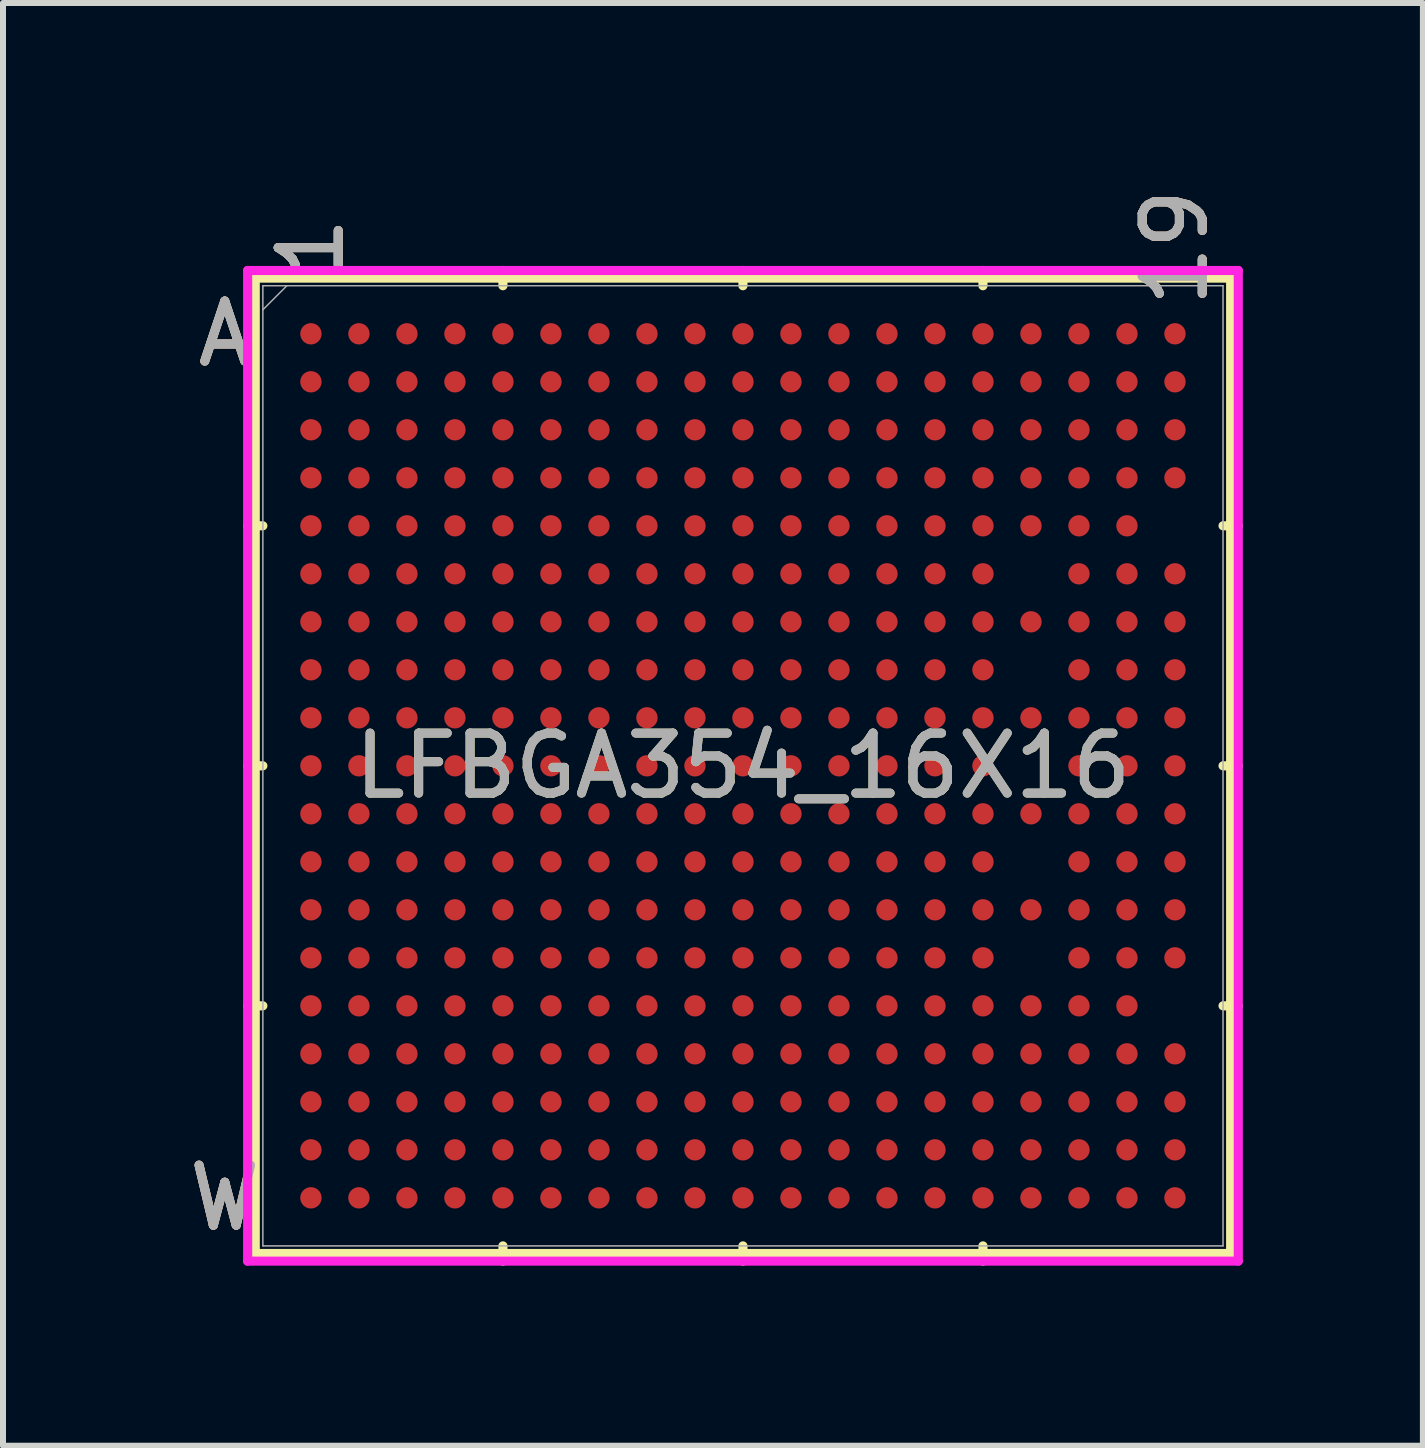
<source format=kicad_pcb>
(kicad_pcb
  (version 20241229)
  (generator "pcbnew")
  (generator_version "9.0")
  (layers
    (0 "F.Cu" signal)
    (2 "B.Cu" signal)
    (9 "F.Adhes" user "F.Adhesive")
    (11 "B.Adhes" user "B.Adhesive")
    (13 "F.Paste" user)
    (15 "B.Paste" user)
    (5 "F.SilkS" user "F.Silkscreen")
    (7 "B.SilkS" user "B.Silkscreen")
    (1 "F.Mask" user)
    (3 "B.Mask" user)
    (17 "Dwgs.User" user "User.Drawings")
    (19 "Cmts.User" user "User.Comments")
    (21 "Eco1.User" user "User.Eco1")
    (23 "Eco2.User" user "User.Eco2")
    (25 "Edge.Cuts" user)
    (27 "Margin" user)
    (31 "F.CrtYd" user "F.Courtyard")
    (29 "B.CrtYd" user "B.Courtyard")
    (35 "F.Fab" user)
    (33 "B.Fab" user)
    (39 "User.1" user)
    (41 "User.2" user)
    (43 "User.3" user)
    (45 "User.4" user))
  (footprint "LFBGA354_16X16"
    (layer "F.Cu")
    (at 9.332 9.713)
    (property "Reference" "LFBGA354_16X16" (at 0 0 0) (unlocked yes) (layer "F.SilkS") (effects (font (size 1 1) (thickness 0.15))))
    (attr smd)
    (fp_line (start -8.128 -8.128) (end -8.128 8.128) (stroke (width 0.152) (type solid)) (layer "F.SilkS"))
    (fp_line (start -8.128 8.128) (end 8.128 8.128) (stroke (width 0.152) (type solid)) (layer "F.SilkS"))
    (fp_line (start -8.001 -4) (end -8.255 -4) (stroke (width 0.152) (type solid)) (layer "F.SilkS"))
    (fp_line (start -8.001 0) (end -8.255 0) (stroke (width 0.152) (type solid)) (layer "F.SilkS"))
    (fp_line (start -8.001 4) (end -8.255 4) (stroke (width 0.152) (type solid)) (layer "F.SilkS"))
    (fp_line (start -4 -8.001) (end -4 -8.255) (stroke (width 0.152) (type solid)) (layer "F.SilkS"))
    (fp_line (start -4 8.001) (end -4 8.255) (stroke (width 0.152) (type solid)) (layer "F.SilkS"))
    (fp_line (start 0 -8.001) (end 0 -8.255) (stroke (width 0.152) (type solid)) (layer "F.SilkS"))
    (fp_line (start 0 8.001) (end 0 8.255) (stroke (width 0.152) (type solid)) (layer "F.SilkS"))
    (fp_line (start 4 -8.001) (end 4 -8.255) (stroke (width 0.152) (type solid)) (layer "F.SilkS"))
    (fp_line (start 4 8.001) (end 4 8.255) (stroke (width 0.152) (type solid)) (layer "F.SilkS"))
    (fp_line (start 8.001 -4) (end 8.255 -4) (stroke (width 0.152) (type solid)) (layer "F.SilkS"))
    (fp_line (start 8.001 0) (end 8.255 0) (stroke (width 0.152) (type solid)) (layer "F.SilkS"))
    (fp_line (start 8.001 4) (end 8.255 4) (stroke (width 0.152) (type solid)) (layer "F.SilkS"))
    (fp_line (start 8.128 -8.128) (end -8.128 -8.128) (stroke (width 0.152) (type solid)) (layer "F.SilkS"))
    (fp_line (start 8.128 8.128) (end 8.128 -8.128) (stroke (width 0.152) (type solid)) (layer "F.SilkS"))
    (fp_poly (pts (xy -8.044 -8.044) (xy 8.044 -8.044) (xy 8.044 8.044) (xy -8.044 8.044)) (stroke (width 0.1) (type solid)) (fill no) (layer "Eco2.User"))
    (fp_line (start -8.255 -8.255) (end 8.255 -8.255) (stroke (width 0.152) (type solid)) (layer "F.CrtYd"))
    (fp_line (start -8.255 8.255) (end -8.255 -8.255) (stroke (width 0.152) (type solid)) (layer "F.CrtYd"))
    (fp_line (start 8.255 -8.255) (end 8.255 8.255) (stroke (width 0.152) (type solid)) (layer "F.CrtYd"))
    (fp_line (start 8.255 8.255) (end -8.255 8.255) (stroke (width 0.152) (type solid)) (layer "F.CrtYd"))
    (fp_line (start -8.001 -8.001) (end -8.001 8.001) (stroke (width 0.025) (type solid)) (layer "F.Fab"))
    (fp_line (start -8.001 8.001) (end 8.001 8.001) (stroke (width 0.025) (type solid)) (layer "F.Fab"))
    (fp_line (start -7.601 -8.001) (end -8.001 -7.601) (stroke (width 0.025) (type solid)) (layer "F.Fab"))
    (fp_line (start 8.001 -8.001) (end -8.001 -8.001) (stroke (width 0.025) (type solid)) (layer "F.Fab"))
    (fp_line (start 8.001 8.001) (end 8.001 -8.001) (stroke (width 0.025) (type solid)) (layer "F.Fab"))
    (fp_text user "A" (at -8.636 -7.2 0) (unlocked yes) (layer "F.SilkS") (effects (font (size 1 1) (thickness 0.15))))
    (fp_text user "19" (at 7.2 -8.636 90) (unlocked yes) (layer "F.SilkS") (effects (font (size 1 1) (thickness 0.15))))
    (fp_text user "1" (at -7.2 -8.636 90) (unlocked yes) (layer "F.SilkS") (effects (font (size 1 1) (thickness 0.15))))
    (fp_text user "W" (at -8.636 7.2 0) (unlocked yes) (layer "F.SilkS") (effects (font (size 1 1) (thickness 0.15))))
    (fp_text user "A" (at -8.636 -7.2 0) (unlocked yes) (layer "B.SilkS") (effects (font (size 1 1) (thickness 0.15))))
    (fp_text user "19" (at 7.2 -8.636 90) (unlocked yes) (layer "B.SilkS") (effects (font (size 1 1) (thickness 0.15))))
    (fp_text user "1" (at -7.2 -8.636 90) (unlocked yes) (layer "B.SilkS") (effects (font (size 1 1) (thickness 0.15))))
    (fp_text user "W" (at -8.636 7.2 0) (unlocked yes) (layer "B.SilkS") (effects (font (size 1 1) (thickness 0.15))))
    (fp_text user "${REFERENCE}" (at 0 0 0) (unlocked yes) (layer "F.Fab") (effects (font (size 1 1) (thickness 0.15))))
    (fp_text user "1" (at -7.2 -8.636 90) (unlocked yes) (layer "F.Fab") (effects (font (size 1 1) (thickness 0.15))))
    (fp_text user "A" (at -8.636 -7.2 0) (unlocked yes) (layer "F.Fab") (effects (font (size 1 1) (thickness 0.15))))
    (fp_text user "19" (at 7.2 -8.636 90) (unlocked yes) (layer "F.Fab") (effects (font (size 1 1) (thickness 0.15))))
    (fp_text user "W" (at -8.636 7.2 0) (unlocked yes) (layer "F.Fab") (effects (font (size 1 1) (thickness 0.15))))
    (pad "A1" smd circle (at -7.2 -7.2) (size 0.356 0.356) (layers "F.Cu" "F.Mask" "F.Paste"))
    (pad "A2" smd circle (at -6.4 -7.2) (size 0.356 0.356) (layers "F.Cu" "F.Mask" "F.Paste"))
    (pad "A3" smd circle (at -5.6 -7.2) (size 0.356 0.356) (layers "F.Cu" "F.Mask" "F.Paste"))
    (pad "A4" smd circle (at -4.8 -7.2) (size 0.356 0.356) (layers "F.Cu" "F.Mask" "F.Paste"))
    (pad "A5" smd circle (at -4 -7.2) (size 0.356 0.356) (layers "F.Cu" "F.Mask" "F.Paste"))
    (pad "A6" smd circle (at -3.2 -7.2) (size 0.356 0.356) (layers "F.Cu" "F.Mask" "F.Paste"))
    (pad "A7" smd circle (at -2.4 -7.2) (size 0.356 0.356) (layers "F.Cu" "F.Mask" "F.Paste"))
    (pad "A8" smd circle (at -1.6 -7.2) (size 0.356 0.356) (layers "F.Cu" "F.Mask" "F.Paste"))
    (pad "A9" smd circle (at -0.8 -7.2) (size 0.356 0.356) (layers "F.Cu" "F.Mask" "F.Paste"))
    (pad "A10" smd circle (at 0 -7.2) (size 0.356 0.356) (layers "F.Cu" "F.Mask" "F.Paste"))
    (pad "A11" smd circle (at 0.8 -7.2) (size 0.356 0.356) (layers "F.Cu" "F.Mask" "F.Paste"))
    (pad "A12" smd circle (at 1.6 -7.2) (size 0.356 0.356) (layers "F.Cu" "F.Mask" "F.Paste"))
    (pad "A13" smd circle (at 2.4 -7.2) (size 0.356 0.356) (layers "F.Cu" "F.Mask" "F.Paste"))
    (pad "A14" smd circle (at 3.2 -7.2) (size 0.356 0.356) (layers "F.Cu" "F.Mask" "F.Paste"))
    (pad "A15" smd circle (at 4 -7.2) (size 0.356 0.356) (layers "F.Cu" "F.Mask" "F.Paste"))
    (pad "A16" smd circle (at 4.8 -7.2) (size 0.356 0.356) (layers "F.Cu" "F.Mask" "F.Paste"))
    (pad "A17" smd circle (at 5.6 -7.2) (size 0.356 0.356) (layers "F.Cu" "F.Mask" "F.Paste"))
    (pad "A18" smd circle (at 6.4 -7.2) (size 0.356 0.356) (layers "F.Cu" "F.Mask" "F.Paste"))
    (pad "A19" smd circle (at 7.2 -7.2) (size 0.356 0.356) (layers "F.Cu" "F.Mask" "F.Paste"))
    (pad "B1" smd circle (at -7.2 -6.4) (size 0.356 0.356) (layers "F.Cu" "F.Mask" "F.Paste"))
    (pad "B2" smd circle (at -6.4 -6.4) (size 0.356 0.356) (layers "F.Cu" "F.Mask" "F.Paste"))
    (pad "B3" smd circle (at -5.6 -6.4) (size 0.356 0.356) (layers "F.Cu" "F.Mask" "F.Paste"))
    (pad "B4" smd circle (at -4.8 -6.4) (size 0.356 0.356) (layers "F.Cu" "F.Mask" "F.Paste"))
    (pad "B5" smd circle (at -4 -6.4) (size 0.356 0.356) (layers "F.Cu" "F.Mask" "F.Paste"))
    (pad "B6" smd circle (at -3.2 -6.4) (size 0.356 0.356) (layers "F.Cu" "F.Mask" "F.Paste"))
    (pad "B7" smd circle (at -2.4 -6.4) (size 0.356 0.356) (layers "F.Cu" "F.Mask" "F.Paste"))
    (pad "B8" smd circle (at -1.6 -6.4) (size 0.356 0.356) (layers "F.Cu" "F.Mask" "F.Paste"))
    (pad "B9" smd circle (at -0.8 -6.4) (size 0.356 0.356) (layers "F.Cu" "F.Mask" "F.Paste"))
    (pad "B10" smd circle (at 0 -6.4) (size 0.356 0.356) (layers "F.Cu" "F.Mask" "F.Paste"))
    (pad "B11" smd circle (at 0.8 -6.4) (size 0.356 0.356) (layers "F.Cu" "F.Mask" "F.Paste"))
    (pad "B12" smd circle (at 1.6 -6.4) (size 0.356 0.356) (layers "F.Cu" "F.Mask" "F.Paste"))
    (pad "B13" smd circle (at 2.4 -6.4) (size 0.356 0.356) (layers "F.Cu" "F.Mask" "F.Paste"))
    (pad "B14" smd circle (at 3.2 -6.4) (size 0.356 0.356) (layers "F.Cu" "F.Mask" "F.Paste"))
    (pad "B15" smd circle (at 4 -6.4) (size 0.356 0.356) (layers "F.Cu" "F.Mask" "F.Paste"))
    (pad "B16" smd circle (at 4.8 -6.4) (size 0.356 0.356) (layers "F.Cu" "F.Mask" "F.Paste"))
    (pad "B17" smd circle (at 5.6 -6.4) (size 0.356 0.356) (layers "F.Cu" "F.Mask" "F.Paste"))
    (pad "B18" smd circle (at 6.4 -6.4) (size 0.356 0.356) (layers "F.Cu" "F.Mask" "F.Paste"))
    (pad "B19" smd circle (at 7.2 -6.4) (size 0.356 0.356) (layers "F.Cu" "F.Mask" "F.Paste"))
    (pad "C1" smd circle (at -7.2 -5.6) (size 0.356 0.356) (layers "F.Cu" "F.Mask" "F.Paste"))
    (pad "C2" smd circle (at -6.4 -5.6) (size 0.356 0.356) (layers "F.Cu" "F.Mask" "F.Paste"))
    (pad "C3" smd circle (at -5.6 -5.6) (size 0.356 0.356) (layers "F.Cu" "F.Mask" "F.Paste"))
    (pad "C4" smd circle (at -4.8 -5.6) (size 0.356 0.356) (layers "F.Cu" "F.Mask" "F.Paste"))
    (pad "C5" smd circle (at -4 -5.6) (size 0.356 0.356) (layers "F.Cu" "F.Mask" "F.Paste"))
    (pad "C6" smd circle (at -3.2 -5.6) (size 0.356 0.356) (layers "F.Cu" "F.Mask" "F.Paste"))
    (pad "C7" smd circle (at -2.4 -5.6) (size 0.356 0.356) (layers "F.Cu" "F.Mask" "F.Paste"))
    (pad "C8" smd circle (at -1.6 -5.6) (size 0.356 0.356) (layers "F.Cu" "F.Mask" "F.Paste"))
    (pad "C9" smd circle (at -0.8 -5.6) (size 0.356 0.356) (layers "F.Cu" "F.Mask" "F.Paste"))
    (pad "C10" smd circle (at 0 -5.6) (size 0.356 0.356) (layers "F.Cu" "F.Mask" "F.Paste"))
    (pad "C11" smd circle (at 0.8 -5.6) (size 0.356 0.356) (layers "F.Cu" "F.Mask" "F.Paste"))
    (pad "C12" smd circle (at 1.6 -5.6) (size 0.356 0.356) (layers "F.Cu" "F.Mask" "F.Paste"))
    (pad "C13" smd circle (at 2.4 -5.6) (size 0.356 0.356) (layers "F.Cu" "F.Mask" "F.Paste"))
    (pad "C14" smd circle (at 3.2 -5.6) (size 0.356 0.356) (layers "F.Cu" "F.Mask" "F.Paste"))
    (pad "C15" smd circle (at 4 -5.6) (size 0.356 0.356) (layers "F.Cu" "F.Mask" "F.Paste"))
    (pad "C16" smd circle (at 4.8 -5.6) (size 0.356 0.356) (layers "F.Cu" "F.Mask" "F.Paste"))
    (pad "C17" smd circle (at 5.6 -5.6) (size 0.356 0.356) (layers "F.Cu" "F.Mask" "F.Paste"))
    (pad "C18" smd circle (at 6.4 -5.6) (size 0.356 0.356) (layers "F.Cu" "F.Mask" "F.Paste"))
    (pad "C19" smd circle (at 7.2 -5.6) (size 0.356 0.356) (layers "F.Cu" "F.Mask" "F.Paste"))
    (pad "D1" smd circle (at -7.2 -4.8) (size 0.356 0.356) (layers "F.Cu" "F.Mask" "F.Paste"))
    (pad "D2" smd circle (at -6.4 -4.8) (size 0.356 0.356) (layers "F.Cu" "F.Mask" "F.Paste"))
    (pad "D3" smd circle (at -5.6 -4.8) (size 0.356 0.356) (layers "F.Cu" "F.Mask" "F.Paste"))
    (pad "D4" smd circle (at -4.8 -4.8) (size 0.356 0.356) (layers "F.Cu" "F.Mask" "F.Paste"))
    (pad "D5" smd circle (at -4 -4.8) (size 0.356 0.356) (layers "F.Cu" "F.Mask" "F.Paste"))
    (pad "D6" smd circle (at -3.2 -4.8) (size 0.356 0.356) (layers "F.Cu" "F.Mask" "F.Paste"))
    (pad "D7" smd circle (at -2.4 -4.8) (size 0.356 0.356) (layers "F.Cu" "F.Mask" "F.Paste"))
    (pad "D8" smd circle (at -1.6 -4.8) (size 0.356 0.356) (layers "F.Cu" "F.Mask" "F.Paste"))
    (pad "D9" smd circle (at -0.8 -4.8) (size 0.356 0.356) (layers "F.Cu" "F.Mask" "F.Paste"))
    (pad "D10" smd circle (at 0 -4.8) (size 0.356 0.356) (layers "F.Cu" "F.Mask" "F.Paste"))
    (pad "D11" smd circle (at 0.8 -4.8) (size 0.356 0.356) (layers "F.Cu" "F.Mask" "F.Paste"))
    (pad "D12" smd circle (at 1.6 -4.8) (size 0.356 0.356) (layers "F.Cu" "F.Mask" "F.Paste"))
    (pad "D13" smd circle (at 2.4 -4.8) (size 0.356 0.356) (layers "F.Cu" "F.Mask" "F.Paste"))
    (pad "D14" smd circle (at 3.2 -4.8) (size 0.356 0.356) (layers "F.Cu" "F.Mask" "F.Paste"))
    (pad "D15" smd circle (at 4 -4.8) (size 0.356 0.356) (layers "F.Cu" "F.Mask" "F.Paste"))
    (pad "D16" smd circle (at 4.8 -4.8) (size 0.356 0.356) (layers "F.Cu" "F.Mask" "F.Paste"))
    (pad "D17" smd circle (at 5.6 -4.8) (size 0.356 0.356) (layers "F.Cu" "F.Mask" "F.Paste"))
    (pad "D18" smd circle (at 6.4 -4.8) (size 0.356 0.356) (layers "F.Cu" "F.Mask" "F.Paste"))
    (pad "D19" smd circle (at 7.2 -4.8) (size 0.356 0.356) (layers "F.Cu" "F.Mask" "F.Paste"))
    (pad "E1" smd circle (at -7.2 -4) (size 0.356 0.356) (layers "F.Cu" "F.Mask" "F.Paste"))
    (pad "E2" smd circle (at -6.4 -4) (size 0.356 0.356) (layers "F.Cu" "F.Mask" "F.Paste"))
    (pad "E3" smd circle (at -5.6 -4) (size 0.356 0.356) (layers "F.Cu" "F.Mask" "F.Paste"))
    (pad "E4" smd circle (at -4.8 -4) (size 0.356 0.356) (layers "F.Cu" "F.Mask" "F.Paste"))
    (pad "E5" smd circle (at -4 -4) (size 0.356 0.356) (layers "F.Cu" "F.Mask" "F.Paste"))
    (pad "E6" smd circle (at -3.2 -4) (size 0.356 0.356) (layers "F.Cu" "F.Mask" "F.Paste"))
    (pad "E7" smd circle (at -2.4 -4) (size 0.356 0.356) (layers "F.Cu" "F.Mask" "F.Paste"))
    (pad "E8" smd circle (at -1.6 -4) (size 0.356 0.356) (layers "F.Cu" "F.Mask" "F.Paste"))
    (pad "E9" smd circle (at -0.8 -4) (size 0.356 0.356) (layers "F.Cu" "F.Mask" "F.Paste"))
    (pad "E10" smd circle (at 0 -4) (size 0.356 0.356) (layers "F.Cu" "F.Mask" "F.Paste"))
    (pad "E11" smd circle (at 0.8 -4) (size 0.356 0.356) (layers "F.Cu" "F.Mask" "F.Paste"))
    (pad "E12" smd circle (at 1.6 -4) (size 0.356 0.356) (layers "F.Cu" "F.Mask" "F.Paste"))
    (pad "E13" smd circle (at 2.4 -4) (size 0.356 0.356) (layers "F.Cu" "F.Mask" "F.Paste"))
    (pad "E14" smd circle (at 3.2 -4) (size 0.356 0.356) (layers "F.Cu" "F.Mask" "F.Paste"))
    (pad "E15" smd circle (at 4 -4) (size 0.356 0.356) (layers "F.Cu" "F.Mask" "F.Paste"))
    (pad "E16" smd circle (at 4.8 -4) (size 0.356 0.356) (layers "F.Cu" "F.Mask" "F.Paste"))
    (pad "E17" smd circle (at 5.6 -4) (size 0.356 0.356) (layers "F.Cu" "F.Mask" "F.Paste"))
    (pad "E18" smd circle (at 6.4 -4) (size 0.356 0.356) (layers "F.Cu" "F.Mask" "F.Paste"))
    (pad "F1" smd circle (at -7.2 -3.2) (size 0.356 0.356) (layers "F.Cu" "F.Mask" "F.Paste"))
    (pad "F2" smd circle (at -6.4 -3.2) (size 0.356 0.356) (layers "F.Cu" "F.Mask" "F.Paste"))
    (pad "F3" smd circle (at -5.6 -3.2) (size 0.356 0.356) (layers "F.Cu" "F.Mask" "F.Paste"))
    (pad "F4" smd circle (at -4.8 -3.2) (size 0.356 0.356) (layers "F.Cu" "F.Mask" "F.Paste"))
    (pad "F5" smd circle (at -4 -3.2) (size 0.356 0.356) (layers "F.Cu" "F.Mask" "F.Paste"))
    (pad "F6" smd circle (at -3.2 -3.2) (size 0.356 0.356) (layers "F.Cu" "F.Mask" "F.Paste"))
    (pad "F7" smd circle (at -2.4 -3.2) (size 0.356 0.356) (layers "F.Cu" "F.Mask" "F.Paste"))
    (pad "F8" smd circle (at -1.6 -3.2) (size 0.356 0.356) (layers "F.Cu" "F.Mask" "F.Paste"))
    (pad "F9" smd circle (at -0.8 -3.2) (size 0.356 0.356) (layers "F.Cu" "F.Mask" "F.Paste"))
    (pad "F10" smd circle (at 0 -3.2) (size 0.356 0.356) (layers "F.Cu" "F.Mask" "F.Paste"))
    (pad "F11" smd circle (at 0.8 -3.2) (size 0.356 0.356) (layers "F.Cu" "F.Mask" "F.Paste"))
    (pad "F12" smd circle (at 1.6 -3.2) (size 0.356 0.356) (layers "F.Cu" "F.Mask" "F.Paste"))
    (pad "F13" smd circle (at 2.4 -3.2) (size 0.356 0.356) (layers "F.Cu" "F.Mask" "F.Paste"))
    (pad "F14" smd circle (at 3.2 -3.2) (size 0.356 0.356) (layers "F.Cu" "F.Mask" "F.Paste"))
    (pad "F15" smd circle (at 4 -3.2) (size 0.356 0.356) (layers "F.Cu" "F.Mask" "F.Paste"))
    (pad "F17" smd circle (at 5.6 -3.2) (size 0.356 0.356) (layers "F.Cu" "F.Mask" "F.Paste"))
    (pad "F18" smd circle (at 6.4 -3.2) (size 0.356 0.356) (layers "F.Cu" "F.Mask" "F.Paste"))
    (pad "F19" smd circle (at 7.2 -3.2) (size 0.356 0.356) (layers "F.Cu" "F.Mask" "F.Paste"))
    (pad "G1" smd circle (at -7.2 -2.4) (size 0.356 0.356) (layers "F.Cu" "F.Mask" "F.Paste"))
    (pad "G2" smd circle (at -6.4 -2.4) (size 0.356 0.356) (layers "F.Cu" "F.Mask" "F.Paste"))
    (pad "G3" smd circle (at -5.6 -2.4) (size 0.356 0.356) (layers "F.Cu" "F.Mask" "F.Paste"))
    (pad "G4" smd circle (at -4.8 -2.4) (size 0.356 0.356) (layers "F.Cu" "F.Mask" "F.Paste"))
    (pad "G5" smd circle (at -4 -2.4) (size 0.356 0.356) (layers "F.Cu" "F.Mask" "F.Paste"))
    (pad "G6" smd circle (at -3.2 -2.4) (size 0.356 0.356) (layers "F.Cu" "F.Mask" "F.Paste"))
    (pad "G7" smd circle (at -2.4 -2.4) (size 0.356 0.356) (layers "F.Cu" "F.Mask" "F.Paste"))
    (pad "G8" smd circle (at -1.6 -2.4) (size 0.356 0.356) (layers "F.Cu" "F.Mask" "F.Paste"))
    (pad "G9" smd circle (at -0.8 -2.4) (size 0.356 0.356) (layers "F.Cu" "F.Mask" "F.Paste"))
    (pad "G10" smd circle (at 0 -2.4) (size 0.356 0.356) (layers "F.Cu" "F.Mask" "F.Paste"))
    (pad "G11" smd circle (at 0.8 -2.4) (size 0.356 0.356) (layers "F.Cu" "F.Mask" "F.Paste"))
    (pad "G12" smd circle (at 1.6 -2.4) (size 0.356 0.356) (layers "F.Cu" "F.Mask" "F.Paste"))
    (pad "G13" smd circle (at 2.4 -2.4) (size 0.356 0.356) (layers "F.Cu" "F.Mask" "F.Paste"))
    (pad "G14" smd circle (at 3.2 -2.4) (size 0.356 0.356) (layers "F.Cu" "F.Mask" "F.Paste"))
    (pad "G15" smd circle (at 4 -2.4) (size 0.356 0.356) (layers "F.Cu" "F.Mask" "F.Paste"))
    (pad "G16" smd circle (at 4.8 -2.4) (size 0.356 0.356) (layers "F.Cu" "F.Mask" "F.Paste"))
    (pad "G17" smd circle (at 5.6 -2.4) (size 0.356 0.356) (layers "F.Cu" "F.Mask" "F.Paste"))
    (pad "G18" smd circle (at 6.4 -2.4) (size 0.356 0.356) (layers "F.Cu" "F.Mask" "F.Paste"))
    (pad "G19" smd circle (at 7.2 -2.4) (size 0.356 0.356) (layers "F.Cu" "F.Mask" "F.Paste"))
    (pad "H1" smd circle (at -7.2 -1.6) (size 0.356 0.356) (layers "F.Cu" "F.Mask" "F.Paste"))
    (pad "H2" smd circle (at -6.4 -1.6) (size 0.356 0.356) (layers "F.Cu" "F.Mask" "F.Paste"))
    (pad "H3" smd circle (at -5.6 -1.6) (size 0.356 0.356) (layers "F.Cu" "F.Mask" "F.Paste"))
    (pad "H4" smd circle (at -4.8 -1.6) (size 0.356 0.356) (layers "F.Cu" "F.Mask" "F.Paste"))
    (pad "H5" smd circle (at -4 -1.6) (size 0.356 0.356) (layers "F.Cu" "F.Mask" "F.Paste"))
    (pad "H6" smd circle (at -3.2 -1.6) (size 0.356 0.356) (layers "F.Cu" "F.Mask" "F.Paste"))
    (pad "H7" smd circle (at -2.4 -1.6) (size 0.356 0.356) (layers "F.Cu" "F.Mask" "F.Paste"))
    (pad "H8" smd circle (at -1.6 -1.6) (size 0.356 0.356) (layers "F.Cu" "F.Mask" "F.Paste"))
    (pad "H9" smd circle (at -0.8 -1.6) (size 0.356 0.356) (layers "F.Cu" "F.Mask" "F.Paste"))
    (pad "H10" smd circle (at 0 -1.6) (size 0.356 0.356) (layers "F.Cu" "F.Mask" "F.Paste"))
    (pad "H11" smd circle (at 0.8 -1.6) (size 0.356 0.356) (layers "F.Cu" "F.Mask" "F.Paste"))
    (pad "H12" smd circle (at 1.6 -1.6) (size 0.356 0.356) (layers "F.Cu" "F.Mask" "F.Paste"))
    (pad "H13" smd circle (at 2.4 -1.6) (size 0.356 0.356) (layers "F.Cu" "F.Mask" "F.Paste"))
    (pad "H14" smd circle (at 3.2 -1.6) (size 0.356 0.356) (layers "F.Cu" "F.Mask" "F.Paste"))
    (pad "H15" smd circle (at 4 -1.6) (size 0.356 0.356) (layers "F.Cu" "F.Mask" "F.Paste"))
    (pad "H17" smd circle (at 5.6 -1.6) (size 0.356 0.356) (layers "F.Cu" "F.Mask" "F.Paste"))
    (pad "H18" smd circle (at 6.4 -1.6) (size 0.356 0.356) (layers "F.Cu" "F.Mask" "F.Paste"))
    (pad "H19" smd circle (at 7.2 -1.6) (size 0.356 0.356) (layers "F.Cu" "F.Mask" "F.Paste"))
    (pad "J1" smd circle (at -7.2 -0.8) (size 0.356 0.356) (layers "F.Cu" "F.Mask" "F.Paste"))
    (pad "J2" smd circle (at -6.4 -0.8) (size 0.356 0.356) (layers "F.Cu" "F.Mask" "F.Paste"))
    (pad "J3" smd circle (at -5.6 -0.8) (size 0.356 0.356) (layers "F.Cu" "F.Mask" "F.Paste"))
    (pad "J4" smd circle (at -4.8 -0.8) (size 0.356 0.356) (layers "F.Cu" "F.Mask" "F.Paste"))
    (pad "J5" smd circle (at -4 -0.8) (size 0.356 0.356) (layers "F.Cu" "F.Mask" "F.Paste"))
    (pad "J6" smd circle (at -3.2 -0.8) (size 0.356 0.356) (layers "F.Cu" "F.Mask" "F.Paste"))
    (pad "J7" smd circle (at -2.4 -0.8) (size 0.356 0.356) (layers "F.Cu" "F.Mask" "F.Paste"))
    (pad "J8" smd circle (at -1.6 -0.8) (size 0.356 0.356) (layers "F.Cu" "F.Mask" "F.Paste"))
    (pad "J9" smd circle (at -0.8 -0.8) (size 0.356 0.356) (layers "F.Cu" "F.Mask" "F.Paste"))
    (pad "J10" smd circle (at 0 -0.8) (size 0.356 0.356) (layers "F.Cu" "F.Mask" "F.Paste"))
    (pad "J11" smd circle (at 0.8 -0.8) (size 0.356 0.356) (layers "F.Cu" "F.Mask" "F.Paste"))
    (pad "J12" smd circle (at 1.6 -0.8) (size 0.356 0.356) (layers "F.Cu" "F.Mask" "F.Paste"))
    (pad "J13" smd circle (at 2.4 -0.8) (size 0.356 0.356) (layers "F.Cu" "F.Mask" "F.Paste"))
    (pad "J14" smd circle (at 3.2 -0.8) (size 0.356 0.356) (layers "F.Cu" "F.Mask" "F.Paste"))
    (pad "J15" smd circle (at 4 -0.8) (size 0.356 0.356) (layers "F.Cu" "F.Mask" "F.Paste"))
    (pad "J16" smd circle (at 4.8 -0.8) (size 0.356 0.356) (layers "F.Cu" "F.Mask" "F.Paste"))
    (pad "J17" smd circle (at 5.6 -0.8) (size 0.356 0.356) (layers "F.Cu" "F.Mask" "F.Paste"))
    (pad "J18" smd circle (at 6.4 -0.8) (size 0.356 0.356) (layers "F.Cu" "F.Mask" "F.Paste"))
    (pad "J19" smd circle (at 7.2 -0.8) (size 0.356 0.356) (layers "F.Cu" "F.Mask" "F.Paste"))
    (pad "K1" smd circle (at -7.2 0) (size 0.356 0.356) (layers "F.Cu" "F.Mask" "F.Paste"))
    (pad "K2" smd circle (at -6.4 0) (size 0.356 0.356) (layers "F.Cu" "F.Mask" "F.Paste"))
    (pad "K3" smd circle (at -5.6 0) (size 0.356 0.356) (layers "F.Cu" "F.Mask" "F.Paste"))
    (pad "K4" smd circle (at -4.8 0) (size 0.356 0.356) (layers "F.Cu" "F.Mask" "F.Paste"))
    (pad "K5" smd circle (at -4 0) (size 0.356 0.356) (layers "F.Cu" "F.Mask" "F.Paste"))
    (pad "K6" smd circle (at -3.2 0) (size 0.356 0.356) (layers "F.Cu" "F.Mask" "F.Paste"))
    (pad "K7" smd circle (at -2.4 0) (size 0.356 0.356) (layers "F.Cu" "F.Mask" "F.Paste"))
    (pad "K8" smd circle (at -1.6 0) (size 0.356 0.356) (layers "F.Cu" "F.Mask" "F.Paste"))
    (pad "K9" smd circle (at -0.8 0) (size 0.356 0.356) (layers "F.Cu" "F.Mask" "F.Paste"))
    (pad "K10" smd circle (at 0 0) (size 0.356 0.356) (layers "F.Cu" "F.Mask" "F.Paste"))
    (pad "K11" smd circle (at 0.8 0) (size 0.356 0.356) (layers "F.Cu" "F.Mask" "F.Paste"))
    (pad "K12" smd circle (at 1.6 0) (size 0.356 0.356) (layers "F.Cu" "F.Mask" "F.Paste"))
    (pad "K13" smd circle (at 2.4 0) (size 0.356 0.356) (layers "F.Cu" "F.Mask" "F.Paste"))
    (pad "K14" smd circle (at 3.2 0) (size 0.356 0.356) (layers "F.Cu" "F.Mask" "F.Paste"))
    (pad "K15" smd circle (at 4 0) (size 0.356 0.356) (layers "F.Cu" "F.Mask" "F.Paste"))
    (pad "K17" smd circle (at 5.6 0) (size 0.356 0.356) (layers "F.Cu" "F.Mask" "F.Paste"))
    (pad "K18" smd circle (at 6.4 0) (size 0.356 0.356) (layers "F.Cu" "F.Mask" "F.Paste"))
    (pad "K19" smd circle (at 7.2 0) (size 0.356 0.356) (layers "F.Cu" "F.Mask" "F.Paste"))
    (pad "L1" smd circle (at -7.2 0.8) (size 0.356 0.356) (layers "F.Cu" "F.Mask" "F.Paste"))
    (pad "L2" smd circle (at -6.4 0.8) (size 0.356 0.356) (layers "F.Cu" "F.Mask" "F.Paste"))
    (pad "L3" smd circle (at -5.6 0.8) (size 0.356 0.356) (layers "F.Cu" "F.Mask" "F.Paste"))
    (pad "L4" smd circle (at -4.8 0.8) (size 0.356 0.356) (layers "F.Cu" "F.Mask" "F.Paste"))
    (pad "L5" smd circle (at -4 0.8) (size 0.356 0.356) (layers "F.Cu" "F.Mask" "F.Paste"))
    (pad "L6" smd circle (at -3.2 0.8) (size 0.356 0.356) (layers "F.Cu" "F.Mask" "F.Paste"))
    (pad "L7" smd circle (at -2.4 0.8) (size 0.356 0.356) (layers "F.Cu" "F.Mask" "F.Paste"))
    (pad "L8" smd circle (at -1.6 0.8) (size 0.356 0.356) (layers "F.Cu" "F.Mask" "F.Paste"))
    (pad "L9" smd circle (at -0.8 0.8) (size 0.356 0.356) (layers "F.Cu" "F.Mask" "F.Paste"))
    (pad "L10" smd circle (at 0 0.8) (size 0.356 0.356) (layers "F.Cu" "F.Mask" "F.Paste"))
    (pad "L11" smd circle (at 0.8 0.8) (size 0.356 0.356) (layers "F.Cu" "F.Mask" "F.Paste"))
    (pad "L12" smd circle (at 1.6 0.8) (size 0.356 0.356) (layers "F.Cu" "F.Mask" "F.Paste"))
    (pad "L13" smd circle (at 2.4 0.8) (size 0.356 0.356) (layers "F.Cu" "F.Mask" "F.Paste"))
    (pad "L14" smd circle (at 3.2 0.8) (size 0.356 0.356) (layers "F.Cu" "F.Mask" "F.Paste"))
    (pad "L15" smd circle (at 4 0.8) (size 0.356 0.356) (layers "F.Cu" "F.Mask" "F.Paste"))
    (pad "L16" smd circle (at 4.8 0.8) (size 0.356 0.356) (layers "F.Cu" "F.Mask" "F.Paste"))
    (pad "L17" smd circle (at 5.6 0.8) (size 0.356 0.356) (layers "F.Cu" "F.Mask" "F.Paste"))
    (pad "L18" smd circle (at 6.4 0.8) (size 0.356 0.356) (layers "F.Cu" "F.Mask" "F.Paste"))
    (pad "L19" smd circle (at 7.2 0.8) (size 0.356 0.356) (layers "F.Cu" "F.Mask" "F.Paste"))
    (pad "M1" smd circle (at -7.2 1.6) (size 0.356 0.356) (layers "F.Cu" "F.Mask" "F.Paste"))
    (pad "M2" smd circle (at -6.4 1.6) (size 0.356 0.356) (layers "F.Cu" "F.Mask" "F.Paste"))
    (pad "M3" smd circle (at -5.6 1.6) (size 0.356 0.356) (layers "F.Cu" "F.Mask" "F.Paste"))
    (pad "M4" smd circle (at -4.8 1.6) (size 0.356 0.356) (layers "F.Cu" "F.Mask" "F.Paste"))
    (pad "M5" smd circle (at -4 1.6) (size 0.356 0.356) (layers "F.Cu" "F.Mask" "F.Paste"))
    (pad "M6" smd circle (at -3.2 1.6) (size 0.356 0.356) (layers "F.Cu" "F.Mask" "F.Paste"))
    (pad "M7" smd circle (at -2.4 1.6) (size 0.356 0.356) (layers "F.Cu" "F.Mask" "F.Paste"))
    (pad "M8" smd circle (at -1.6 1.6) (size 0.356 0.356) (layers "F.Cu" "F.Mask" "F.Paste"))
    (pad "M9" smd circle (at -0.8 1.6) (size 0.356 0.356) (layers "F.Cu" "F.Mask" "F.Paste"))
    (pad "M10" smd circle (at 0 1.6) (size 0.356 0.356) (layers "F.Cu" "F.Mask" "F.Paste"))
    (pad "M11" smd circle (at 0.8 1.6) (size 0.356 0.356) (layers "F.Cu" "F.Mask" "F.Paste"))
    (pad "M12" smd circle (at 1.6 1.6) (size 0.356 0.356) (layers "F.Cu" "F.Mask" "F.Paste"))
    (pad "M13" smd circle (at 2.4 1.6) (size 0.356 0.356) (layers "F.Cu" "F.Mask" "F.Paste"))
    (pad "M14" smd circle (at 3.2 1.6) (size 0.356 0.356) (layers "F.Cu" "F.Mask" "F.Paste"))
    (pad "M15" smd circle (at 4 1.6) (size 0.356 0.356) (layers "F.Cu" "F.Mask" "F.Paste"))
    (pad "M17" smd circle (at 5.6 1.6) (size 0.356 0.356) (layers "F.Cu" "F.Mask" "F.Paste"))
    (pad "M18" smd circle (at 6.4 1.6) (size 0.356 0.356) (layers "F.Cu" "F.Mask" "F.Paste"))
    (pad "M19" smd circle (at 7.2 1.6) (size 0.356 0.356) (layers "F.Cu" "F.Mask" "F.Paste"))
    (pad "N1" smd circle (at -7.2 2.4) (size 0.356 0.356) (layers "F.Cu" "F.Mask" "F.Paste"))
    (pad "N2" smd circle (at -6.4 2.4) (size 0.356 0.356) (layers "F.Cu" "F.Mask" "F.Paste"))
    (pad "N3" smd circle (at -5.6 2.4) (size 0.356 0.356) (layers "F.Cu" "F.Mask" "F.Paste"))
    (pad "N4" smd circle (at -4.8 2.4) (size 0.356 0.356) (layers "F.Cu" "F.Mask" "F.Paste"))
    (pad "N5" smd circle (at -4 2.4) (size 0.356 0.356) (layers "F.Cu" "F.Mask" "F.Paste"))
    (pad "N6" smd circle (at -3.2 2.4) (size 0.356 0.356) (layers "F.Cu" "F.Mask" "F.Paste"))
    (pad "N7" smd circle (at -2.4 2.4) (size 0.356 0.356) (layers "F.Cu" "F.Mask" "F.Paste"))
    (pad "N8" smd circle (at -1.6 2.4) (size 0.356 0.356) (layers "F.Cu" "F.Mask" "F.Paste"))
    (pad "N9" smd circle (at -0.8 2.4) (size 0.356 0.356) (layers "F.Cu" "F.Mask" "F.Paste"))
    (pad "N10" smd circle (at 0 2.4) (size 0.356 0.356) (layers "F.Cu" "F.Mask" "F.Paste"))
    (pad "N11" smd circle (at 0.8 2.4) (size 0.356 0.356) (layers "F.Cu" "F.Mask" "F.Paste"))
    (pad "N12" smd circle (at 1.6 2.4) (size 0.356 0.356) (layers "F.Cu" "F.Mask" "F.Paste"))
    (pad "N13" smd circle (at 2.4 2.4) (size 0.356 0.356) (layers "F.Cu" "F.Mask" "F.Paste"))
    (pad "N14" smd circle (at 3.2 2.4) (size 0.356 0.356) (layers "F.Cu" "F.Mask" "F.Paste"))
    (pad "N15" smd circle (at 4 2.4) (size 0.356 0.356) (layers "F.Cu" "F.Mask" "F.Paste"))
    (pad "N16" smd circle (at 4.8 2.4) (size 0.356 0.356) (layers "F.Cu" "F.Mask" "F.Paste"))
    (pad "N17" smd circle (at 5.6 2.4) (size 0.356 0.356) (layers "F.Cu" "F.Mask" "F.Paste"))
    (pad "N18" smd circle (at 6.4 2.4) (size 0.356 0.356) (layers "F.Cu" "F.Mask" "F.Paste"))
    (pad "N19" smd circle (at 7.2 2.4) (size 0.356 0.356) (layers "F.Cu" "F.Mask" "F.Paste"))
    (pad "P1" smd circle (at -7.2 3.2) (size 0.356 0.356) (layers "F.Cu" "F.Mask" "F.Paste"))
    (pad "P2" smd circle (at -6.4 3.2) (size 0.356 0.356) (layers "F.Cu" "F.Mask" "F.Paste"))
    (pad "P3" smd circle (at -5.6 3.2) (size 0.356 0.356) (layers "F.Cu" "F.Mask" "F.Paste"))
    (pad "P4" smd circle (at -4.8 3.2) (size 0.356 0.356) (layers "F.Cu" "F.Mask" "F.Paste"))
    (pad "P5" smd circle (at -4 3.2) (size 0.356 0.356) (layers "F.Cu" "F.Mask" "F.Paste"))
    (pad "P6" smd circle (at -3.2 3.2) (size 0.356 0.356) (layers "F.Cu" "F.Mask" "F.Paste"))
    (pad "P7" smd circle (at -2.4 3.2) (size 0.356 0.356) (layers "F.Cu" "F.Mask" "F.Paste"))
    (pad "P8" smd circle (at -1.6 3.2) (size 0.356 0.356) (layers "F.Cu" "F.Mask" "F.Paste"))
    (pad "P9" smd circle (at -0.8 3.2) (size 0.356 0.356) (layers "F.Cu" "F.Mask" "F.Paste"))
    (pad "P10" smd circle (at 0 3.2) (size 0.356 0.356) (layers "F.Cu" "F.Mask" "F.Paste"))
    (pad "P11" smd circle (at 0.8 3.2) (size 0.356 0.356) (layers "F.Cu" "F.Mask" "F.Paste"))
    (pad "P12" smd circle (at 1.6 3.2) (size 0.356 0.356) (layers "F.Cu" "F.Mask" "F.Paste"))
    (pad "P13" smd circle (at 2.4 3.2) (size 0.356 0.356) (layers "F.Cu" "F.Mask" "F.Paste"))
    (pad "P14" smd circle (at 3.2 3.2) (size 0.356 0.356) (layers "F.Cu" "F.Mask" "F.Paste"))
    (pad "P15" smd circle (at 4 3.2) (size 0.356 0.356) (layers "F.Cu" "F.Mask" "F.Paste"))
    (pad "P17" smd circle (at 5.6 3.2) (size 0.356 0.356) (layers "F.Cu" "F.Mask" "F.Paste"))
    (pad "P18" smd circle (at 6.4 3.2) (size 0.356 0.356) (layers "F.Cu" "F.Mask" "F.Paste"))
    (pad "P19" smd circle (at 7.2 3.2) (size 0.356 0.356) (layers "F.Cu" "F.Mask" "F.Paste"))
    (pad "R1" smd circle (at -7.2 4) (size 0.356 0.356) (layers "F.Cu" "F.Mask" "F.Paste"))
    (pad "R2" smd circle (at -6.4 4) (size 0.356 0.356) (layers "F.Cu" "F.Mask" "F.Paste"))
    (pad "R3" smd circle (at -5.6 4) (size 0.356 0.356) (layers "F.Cu" "F.Mask" "F.Paste"))
    (pad "R4" smd circle (at -4.8 4) (size 0.356 0.356) (layers "F.Cu" "F.Mask" "F.Paste"))
    (pad "R5" smd circle (at -4 4) (size 0.356 0.356) (layers "F.Cu" "F.Mask" "F.Paste"))
    (pad "R6" smd circle (at -3.2 4) (size 0.356 0.356) (layers "F.Cu" "F.Mask" "F.Paste"))
    (pad "R7" smd circle (at -2.4 4) (size 0.356 0.356) (layers "F.Cu" "F.Mask" "F.Paste"))
    (pad "R8" smd circle (at -1.6 4) (size 0.356 0.356) (layers "F.Cu" "F.Mask" "F.Paste"))
    (pad "R9" smd circle (at -0.8 4) (size 0.356 0.356) (layers "F.Cu" "F.Mask" "F.Paste"))
    (pad "R10" smd circle (at 0 4) (size 0.356 0.356) (layers "F.Cu" "F.Mask" "F.Paste"))
    (pad "R11" smd circle (at 0.8 4) (size 0.356 0.356) (layers "F.Cu" "F.Mask" "F.Paste"))
    (pad "R12" smd circle (at 1.6 4) (size 0.356 0.356) (layers "F.Cu" "F.Mask" "F.Paste"))
    (pad "R13" smd circle (at 2.4 4) (size 0.356 0.356) (layers "F.Cu" "F.Mask" "F.Paste"))
    (pad "R14" smd circle (at 3.2 4) (size 0.356 0.356) (layers "F.Cu" "F.Mask" "F.Paste"))
    (pad "R15" smd circle (at 4 4) (size 0.356 0.356) (layers "F.Cu" "F.Mask" "F.Paste"))
    (pad "R16" smd circle (at 4.8 4) (size 0.356 0.356) (layers "F.Cu" "F.Mask" "F.Paste"))
    (pad "R17" smd circle (at 5.6 4) (size 0.356 0.356) (layers "F.Cu" "F.Mask" "F.Paste"))
    (pad "R18" smd circle (at 6.4 4) (size 0.356 0.356) (layers "F.Cu" "F.Mask" "F.Paste"))
    (pad "T1" smd circle (at -7.2 4.8) (size 0.356 0.356) (layers "F.Cu" "F.Mask" "F.Paste"))
    (pad "T2" smd circle (at -6.4 4.8) (size 0.356 0.356) (layers "F.Cu" "F.Mask" "F.Paste"))
    (pad "T3" smd circle (at -5.6 4.8) (size 0.356 0.356) (layers "F.Cu" "F.Mask" "F.Paste"))
    (pad "T4" smd circle (at -4.8 4.8) (size 0.356 0.356) (layers "F.Cu" "F.Mask" "F.Paste"))
    (pad "T5" smd circle (at -4 4.8) (size 0.356 0.356) (layers "F.Cu" "F.Mask" "F.Paste"))
    (pad "T6" smd circle (at -3.2 4.8) (size 0.356 0.356) (layers "F.Cu" "F.Mask" "F.Paste"))
    (pad "T7" smd circle (at -2.4 4.8) (size 0.356 0.356) (layers "F.Cu" "F.Mask" "F.Paste"))
    (pad "T8" smd circle (at -1.6 4.8) (size 0.356 0.356) (layers "F.Cu" "F.Mask" "F.Paste"))
    (pad "T9" smd circle (at -0.8 4.8) (size 0.356 0.356) (layers "F.Cu" "F.Mask" "F.Paste"))
    (pad "T10" smd circle (at 0 4.8) (size 0.356 0.356) (layers "F.Cu" "F.Mask" "F.Paste"))
    (pad "T11" smd circle (at 0.8 4.8) (size 0.356 0.356) (layers "F.Cu" "F.Mask" "F.Paste"))
    (pad "T12" smd circle (at 1.6 4.8) (size 0.356 0.356) (layers "F.Cu" "F.Mask" "F.Paste"))
    (pad "T13" smd circle (at 2.4 4.8) (size 0.356 0.356) (layers "F.Cu" "F.Mask" "F.Paste"))
    (pad "T14" smd circle (at 3.2 4.8) (size 0.356 0.356) (layers "F.Cu" "F.Mask" "F.Paste"))
    (pad "T15" smd circle (at 4 4.8) (size 0.356 0.356) (layers "F.Cu" "F.Mask" "F.Paste"))
    (pad "T16" smd circle (at 4.8 4.8) (size 0.356 0.356) (layers "F.Cu" "F.Mask" "F.Paste"))
    (pad "T17" smd circle (at 5.6 4.8) (size 0.356 0.356) (layers "F.Cu" "F.Mask" "F.Paste"))
    (pad "T18" smd circle (at 6.4 4.8) (size 0.356 0.356) (layers "F.Cu" "F.Mask" "F.Paste"))
    (pad "T19" smd circle (at 7.2 4.8) (size 0.356 0.356) (layers "F.Cu" "F.Mask" "F.Paste"))
    (pad "U1" smd circle (at -7.2 5.6) (size 0.356 0.356) (layers "F.Cu" "F.Mask" "F.Paste"))
    (pad "U2" smd circle (at -6.4 5.6) (size 0.356 0.356) (layers "F.Cu" "F.Mask" "F.Paste"))
    (pad "U3" smd circle (at -5.6 5.6) (size 0.356 0.356) (layers "F.Cu" "F.Mask" "F.Paste"))
    (pad "U4" smd circle (at -4.8 5.6) (size 0.356 0.356) (layers "F.Cu" "F.Mask" "F.Paste"))
    (pad "U5" smd circle (at -4 5.6) (size 0.356 0.356) (layers "F.Cu" "F.Mask" "F.Paste"))
    (pad "U6" smd circle (at -3.2 5.6) (size 0.356 0.356) (layers "F.Cu" "F.Mask" "F.Paste"))
    (pad "U7" smd circle (at -2.4 5.6) (size 0.356 0.356) (layers "F.Cu" "F.Mask" "F.Paste"))
    (pad "U8" smd circle (at -1.6 5.6) (size 0.356 0.356) (layers "F.Cu" "F.Mask" "F.Paste"))
    (pad "U9" smd circle (at -0.8 5.6) (size 0.356 0.356) (layers "F.Cu" "F.Mask" "F.Paste"))
    (pad "U10" smd circle (at 0 5.6) (size 0.356 0.356) (layers "F.Cu" "F.Mask" "F.Paste"))
    (pad "U11" smd circle (at 0.8 5.6) (size 0.356 0.356) (layers "F.Cu" "F.Mask" "F.Paste"))
    (pad "U12" smd circle (at 1.6 5.6) (size 0.356 0.356) (layers "F.Cu" "F.Mask" "F.Paste"))
    (pad "U13" smd circle (at 2.4 5.6) (size 0.356 0.356) (layers "F.Cu" "F.Mask" "F.Paste"))
    (pad "U14" smd circle (at 3.2 5.6) (size 0.356 0.356) (layers "F.Cu" "F.Mask" "F.Paste"))
    (pad "U15" smd circle (at 4 5.6) (size 0.356 0.356) (layers "F.Cu" "F.Mask" "F.Paste"))
    (pad "U16" smd circle (at 4.8 5.6) (size 0.356 0.356) (layers "F.Cu" "F.Mask" "F.Paste"))
    (pad "U17" smd circle (at 5.6 5.6) (size 0.356 0.356) (layers "F.Cu" "F.Mask" "F.Paste"))
    (pad "U18" smd circle (at 6.4 5.6) (size 0.356 0.356) (layers "F.Cu" "F.Mask" "F.Paste"))
    (pad "U19" smd circle (at 7.2 5.6) (size 0.356 0.356) (layers "F.Cu" "F.Mask" "F.Paste"))
    (pad "V1" smd circle (at -7.2 6.4) (size 0.356 0.356) (layers "F.Cu" "F.Mask" "F.Paste"))
    (pad "V2" smd circle (at -6.4 6.4) (size 0.356 0.356) (layers "F.Cu" "F.Mask" "F.Paste"))
    (pad "V3" smd circle (at -5.6 6.4) (size 0.356 0.356) (layers "F.Cu" "F.Mask" "F.Paste"))
    (pad "V4" smd circle (at -4.8 6.4) (size 0.356 0.356) (layers "F.Cu" "F.Mask" "F.Paste"))
    (pad "V5" smd circle (at -4 6.4) (size 0.356 0.356) (layers "F.Cu" "F.Mask" "F.Paste"))
    (pad "V6" smd circle (at -3.2 6.4) (size 0.356 0.356) (layers "F.Cu" "F.Mask" "F.Paste"))
    (pad "V7" smd circle (at -2.4 6.4) (size 0.356 0.356) (layers "F.Cu" "F.Mask" "F.Paste"))
    (pad "V8" smd circle (at -1.6 6.4) (size 0.356 0.356) (layers "F.Cu" "F.Mask" "F.Paste"))
    (pad "V9" smd circle (at -0.8 6.4) (size 0.356 0.356) (layers "F.Cu" "F.Mask" "F.Paste"))
    (pad "V10" smd circle (at 0 6.4) (size 0.356 0.356) (layers "F.Cu" "F.Mask" "F.Paste"))
    (pad "V11" smd circle (at 0.8 6.4) (size 0.356 0.356) (layers "F.Cu" "F.Mask" "F.Paste"))
    (pad "V12" smd circle (at 1.6 6.4) (size 0.356 0.356) (layers "F.Cu" "F.Mask" "F.Paste"))
    (pad "V13" smd circle (at 2.4 6.4) (size 0.356 0.356) (layers "F.Cu" "F.Mask" "F.Paste"))
    (pad "V14" smd circle (at 3.2 6.4) (size 0.356 0.356) (layers "F.Cu" "F.Mask" "F.Paste"))
    (pad "V15" smd circle (at 4 6.4) (size 0.356 0.356) (layers "F.Cu" "F.Mask" "F.Paste"))
    (pad "V16" smd circle (at 4.8 6.4) (size 0.356 0.356) (layers "F.Cu" "F.Mask" "F.Paste"))
    (pad "V17" smd circle (at 5.6 6.4) (size 0.356 0.356) (layers "F.Cu" "F.Mask" "F.Paste"))
    (pad "V18" smd circle (at 6.4 6.4) (size 0.356 0.356) (layers "F.Cu" "F.Mask" "F.Paste"))
    (pad "V19" smd circle (at 7.2 6.4) (size 0.356 0.356) (layers "F.Cu" "F.Mask" "F.Paste"))
    (pad "W1" smd circle (at -7.2 7.2) (size 0.356 0.356) (layers "F.Cu" "F.Mask" "F.Paste"))
    (pad "W2" smd circle (at -6.4 7.2) (size 0.356 0.356) (layers "F.Cu" "F.Mask" "F.Paste"))
    (pad "W3" smd circle (at -5.6 7.2) (size 0.356 0.356) (layers "F.Cu" "F.Mask" "F.Paste"))
    (pad "W4" smd circle (at -4.8 7.2) (size 0.356 0.356) (layers "F.Cu" "F.Mask" "F.Paste"))
    (pad "W5" smd circle (at -4 7.2) (size 0.356 0.356) (layers "F.Cu" "F.Mask" "F.Paste"))
    (pad "W6" smd circle (at -3.2 7.2) (size 0.356 0.356) (layers "F.Cu" "F.Mask" "F.Paste"))
    (pad "W7" smd circle (at -2.4 7.2) (size 0.356 0.356) (layers "F.Cu" "F.Mask" "F.Paste"))
    (pad "W8" smd circle (at -1.6 7.2) (size 0.356 0.356) (layers "F.Cu" "F.Mask" "F.Paste"))
    (pad "W9" smd circle (at -0.8 7.2) (size 0.356 0.356) (layers "F.Cu" "F.Mask" "F.Paste"))
    (pad "W10" smd circle (at 0 7.2) (size 0.356 0.356) (layers "F.Cu" "F.Mask" "F.Paste"))
    (pad "W11" smd circle (at 0.8 7.2) (size 0.356 0.356) (layers "F.Cu" "F.Mask" "F.Paste"))
    (pad "W12" smd circle (at 1.6 7.2) (size 0.356 0.356) (layers "F.Cu" "F.Mask" "F.Paste"))
    (pad "W13" smd circle (at 2.4 7.2) (size 0.356 0.356) (layers "F.Cu" "F.Mask" "F.Paste"))
    (pad "W14" smd circle (at 3.2 7.2) (size 0.356 0.356) (layers "F.Cu" "F.Mask" "F.Paste"))
    (pad "W15" smd circle (at 4 7.2) (size 0.356 0.356) (layers "F.Cu" "F.Mask" "F.Paste"))
    (pad "W16" smd circle (at 4.8 7.2) (size 0.356 0.356) (layers "F.Cu" "F.Mask" "F.Paste"))
    (pad "W17" smd circle (at 5.6 7.2) (size 0.356 0.356) (layers "F.Cu" "F.Mask" "F.Paste"))
    (pad "W18" smd circle (at 6.4 7.2) (size 0.356 0.356) (layers "F.Cu" "F.Mask" "F.Paste"))
    (pad "W19" smd circle (at 7.2 7.2) (size 0.356 0.356) (layers "F.Cu" "F.Mask" "F.Paste")))
  (gr_rect
    (start -3 -3)
    (end 20.664 21.045)
    (stroke (width 0.1) (type default))
    (fill no)
    (layer "Edge.Cuts")))
</source>
